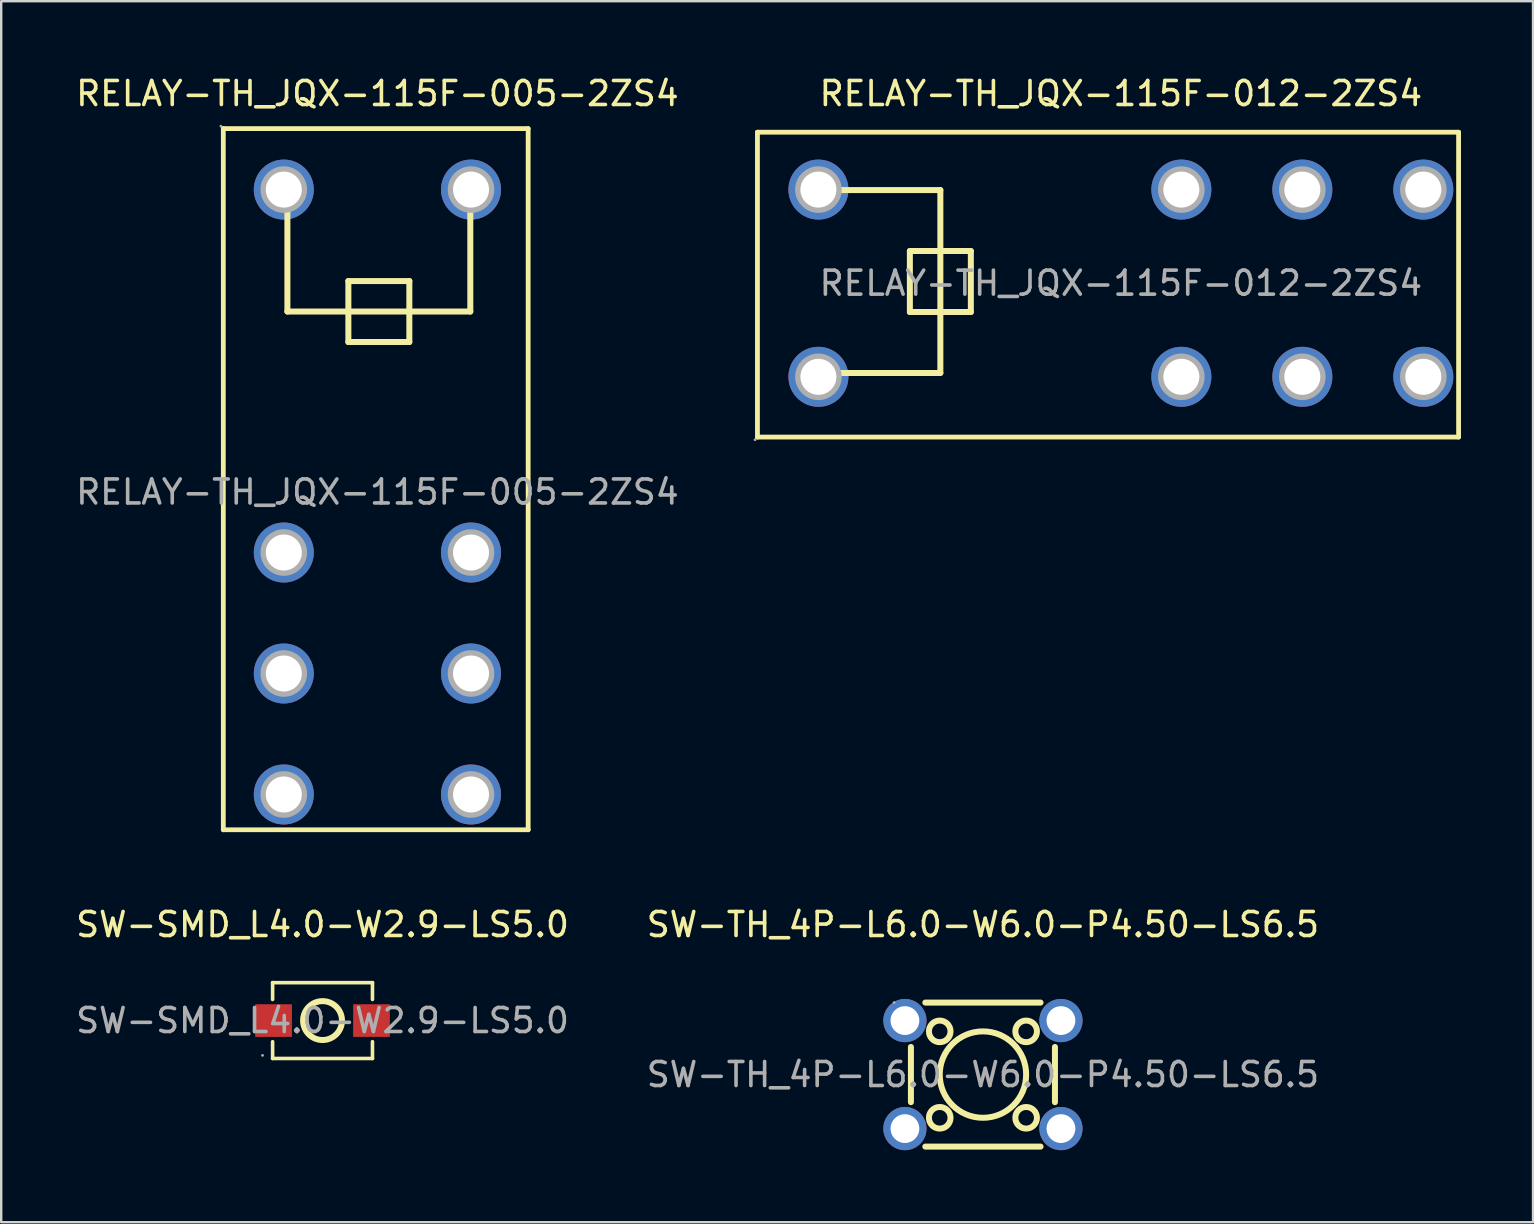
<source format=kicad_pcb>
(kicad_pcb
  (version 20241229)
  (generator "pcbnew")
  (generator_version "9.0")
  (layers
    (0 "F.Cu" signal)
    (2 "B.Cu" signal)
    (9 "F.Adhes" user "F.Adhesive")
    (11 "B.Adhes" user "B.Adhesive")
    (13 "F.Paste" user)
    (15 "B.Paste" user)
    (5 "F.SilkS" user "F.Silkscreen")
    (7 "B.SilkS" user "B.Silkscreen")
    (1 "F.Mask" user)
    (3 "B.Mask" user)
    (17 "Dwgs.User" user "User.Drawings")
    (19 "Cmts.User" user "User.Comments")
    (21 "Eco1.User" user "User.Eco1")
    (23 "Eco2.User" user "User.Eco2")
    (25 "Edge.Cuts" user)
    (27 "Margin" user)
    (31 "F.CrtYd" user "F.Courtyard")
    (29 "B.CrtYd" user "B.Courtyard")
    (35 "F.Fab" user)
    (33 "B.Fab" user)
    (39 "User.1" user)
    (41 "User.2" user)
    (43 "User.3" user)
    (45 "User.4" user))
  (footprint "RELAY-TH_JQX-115F-012-2ZS4"
    (layer "F.Cu")
    (at 43.645 8.748)
    (property "Reference" "RELAY-TH_JQX-115F-012-2ZS4" (at 0 -7.9 0) (layer "F.SilkS") (effects (font (size 1 1) (thickness 0.15))))
    (attr through_hole)
    (fp_line (start -15.14 -6.29) (end -15.14 6.41) (stroke (width 0.2) (type solid)) (layer "F.SilkS"))
    (fp_line (start -15.14 6.41) (end 14.07 6.41) (stroke (width 0.2) (type solid)) (layer "F.SilkS"))
    (fp_line (start -12.6 3.74) (end -7.52 3.74) (stroke (width 0.25) (type solid)) (layer "F.SilkS"))
    (fp_line (start -8.79 -1.34) (end -8.79 1.2) (stroke (width 0.25) (type solid)) (layer "F.SilkS"))
    (fp_line (start -8.79 1.2) (end -6.25 1.2) (stroke (width 0.25) (type solid)) (layer "F.SilkS"))
    (fp_line (start -7.52 -3.88) (end -12.6 -3.88) (stroke (width 0.25) (type solid)) (layer "F.SilkS"))
    (fp_line (start -7.52 3.74) (end -7.52 -3.88) (stroke (width 0.25) (type solid)) (layer "F.SilkS"))
    (fp_line (start -6.25 -1.34) (end -8.79 -1.34) (stroke (width 0.25) (type solid)) (layer "F.SilkS"))
    (fp_line (start -6.25 1.2) (end -6.25 -1.34) (stroke (width 0.25) (type solid)) (layer "F.SilkS"))
    (fp_line (start 14.07 -6.29) (end -15.14 -6.29) (stroke (width 0.2) (type solid)) (layer "F.SilkS"))
    (fp_line (start 14.07 6.41) (end 14.07 -6.29) (stroke (width 0.2) (type solid)) (layer "F.SilkS"))
    (fp_circle (center -15.24 6.52) (end -15.21 6.52) (stroke (width 0.06) (type solid)) (fill no) (layer "F.Fab"))
    (fp_circle (center -12.6 -3.9) (end -12.28 -3.9) (stroke (width 0.65) (type solid)) (fill no) (layer "F.Fab"))
    (fp_circle (center -12.6 3.9) (end -12.28 3.9) (stroke (width 0.65) (type solid)) (fill no) (layer "F.Fab"))
    (fp_circle (center 2.52 -3.9) (end 2.84 -3.9) (stroke (width 0.65) (type solid)) (fill no) (layer "F.Fab"))
    (fp_circle (center 2.52 3.9) (end 2.84 3.9) (stroke (width 0.65) (type solid)) (fill no) (layer "F.Fab"))
    (fp_circle (center 7.56 -3.9) (end 7.88 -3.9) (stroke (width 0.65) (type solid)) (fill no) (layer "F.Fab"))
    (fp_circle (center 7.56 3.9) (end 7.88 3.9) (stroke (width 0.65) (type solid)) (fill no) (layer "F.Fab"))
    (fp_circle (center 12.6 -3.9) (end 12.92 -3.9) (stroke (width 0.65) (type solid)) (fill no) (layer "F.Fab"))
    (fp_circle (center 12.6 3.9) (end 12.92 3.9) (stroke (width 0.65) (type solid)) (fill no) (layer "F.Fab"))
    (fp_text user "${REFERENCE}" (at 0 0 0) (layer "F.Fab") (effects (font (size 1 1) (thickness 0.15))))
    (pad "1" thru_hole circle (at -12.6 3.9) (size 2.5 2.5) (drill 1.5) (layers "*.Cu" "*.Paste" "*.Mask"))
    (pad "2" thru_hole circle (at -12.6 -3.9) (size 2.5 2.5) (drill 1.5) (layers "*.Cu" "*.Paste" "*.Mask"))
    (pad "3" thru_hole circle (at 2.52 3.9) (size 2.5 2.5) (drill 1.5) (layers "*.Cu" "*.Paste" "*.Mask"))
    (pad "4" thru_hole circle (at 2.52 -3.9) (size 2.5 2.5) (drill 1.5) (layers "*.Cu" "*.Paste" "*.Mask"))
    (pad "5" thru_hole circle (at 7.56 3.9) (size 2.5 2.5) (drill 1.5) (layers "*.Cu" "*.Paste" "*.Mask"))
    (pad "6" thru_hole circle (at 7.56 -3.9) (size 2.5 2.5) (drill 1.5) (layers "*.Cu" "*.Paste" "*.Mask"))
    (pad "7" thru_hole circle (at 12.6 3.9) (size 2.5 2.5) (drill 1.5) (layers "*.Cu" "*.Paste" "*.Mask"))
    (pad "8" thru_hole circle (at 12.6 -3.9) (size 2.5 2.5) (drill 1.5) (layers "*.Cu" "*.Paste" "*.Mask")))
  (footprint "SW-SMD_L4.0-W2.9-LS5.0"
    (layer "F.Cu")
    (at 10.387 39.467)
    (property "Reference" "SW-SMD_L4.0-W2.9-LS5.0" (at 0 -4 0) (layer "F.SilkS") (effects (font (size 1 1) (thickness 0.15))))
    (attr through_hole)
    (fp_line (start -2.08 -1.58) (end -2.08 -0.88) (stroke (width 0.15) (type solid)) (layer "F.SilkS"))
    (fp_line (start -2.08 1.58) (end -2.08 0.88) (stroke (width 0.15) (type solid)) (layer "F.SilkS"))
    (fp_line (start 2.08 -1.58) (end -2.08 -1.58) (stroke (width 0.15) (type solid)) (layer "F.SilkS"))
    (fp_line (start 2.08 -1.58) (end 2.08 -0.88) (stroke (width 0.15) (type solid)) (layer "F.SilkS"))
    (fp_line (start 2.08 1.58) (end -2.08 1.58) (stroke (width 0.15) (type solid)) (layer "F.SilkS"))
    (fp_line (start 2.08 1.58) (end 2.08 0.88) (stroke (width 0.15) (type solid)) (layer "F.SilkS"))
    (fp_circle (center 0 0) (end 0.81 0) (stroke (width 0.25) (type solid)) (fill no) (layer "F.SilkS"))
    (fp_circle (center -2.5 1.45) (end -2.47 1.45) (stroke (width 0.06) (type solid)) (fill no) (layer "F.Fab"))
    (fp_text user "${REFERENCE}" (at 0 0 0) (layer "F.Fab") (effects (font (size 1 1) (thickness 0.15))))
    (pad "1" smd rect (at -2.04 0) (size 1.53 1.36) (layers "F.Cu" "F.Mask" "F.Paste"))
    (pad "2" smd rect (at 2.04 0) (size 1.53 1.36) (layers "F.Cu" "F.Mask" "F.Paste")))
  (footprint "RELAY-TH_JQX-115F-005-2ZS4"
    (layer "F.Cu")
    (at 12.673 17.448)
    (property "Reference" "RELAY-TH_JQX-115F-005-2ZS4" (at 0 -16.6 0) (layer "F.SilkS") (effects (font (size 1 1) (thickness 0.15))))
    (attr through_hole)
    (fp_line (start -6.42 -15.14) (end -6.42 14.07) (stroke (width 0.2) (type solid)) (layer "F.SilkS"))
    (fp_line (start -6.42 14.07) (end 6.28 14.07) (stroke (width 0.2) (type solid)) (layer "F.SilkS"))
    (fp_line (start -3.75 -12.6) (end -3.75 -7.52) (stroke (width 0.25) (type solid)) (layer "F.SilkS"))
    (fp_line (start -3.75 -7.52) (end 3.87 -7.52) (stroke (width 0.25) (type solid)) (layer "F.SilkS"))
    (fp_line (start -1.21 -8.79) (end -1.21 -6.25) (stroke (width 0.25) (type solid)) (layer "F.SilkS"))
    (fp_line (start -1.21 -6.25) (end 1.33 -6.25) (stroke (width 0.25) (type solid)) (layer "F.SilkS"))
    (fp_line (start 1.33 -8.79) (end -1.21 -8.79) (stroke (width 0.25) (type solid)) (layer "F.SilkS"))
    (fp_line (start 1.33 -6.25) (end 1.33 -8.79) (stroke (width 0.25) (type solid)) (layer "F.SilkS"))
    (fp_line (start 3.87 -7.52) (end 3.87 -12.6) (stroke (width 0.25) (type solid)) (layer "F.SilkS"))
    (fp_line (start 6.28 -15.14) (end -6.42 -15.14) (stroke (width 0.2) (type solid)) (layer "F.SilkS"))
    (fp_line (start 6.28 14.07) (end 6.28 -15.14) (stroke (width 0.2) (type solid)) (layer "F.SilkS"))
    (fp_circle (center -6.52 -15.24) (end -6.49 -15.24) (stroke (width 0.06) (type solid)) (fill no) (layer "F.Fab"))
    (fp_circle (center -3.9 -12.6) (end -3.58 -12.6) (stroke (width 0.65) (type solid)) (fill no) (layer "F.Fab"))
    (fp_circle (center -3.9 2.52) (end -3.58 2.52) (stroke (width 0.65) (type solid)) (fill no) (layer "F.Fab"))
    (fp_circle (center -3.9 7.56) (end -3.58 7.56) (stroke (width 0.65) (type solid)) (fill no) (layer "F.Fab"))
    (fp_circle (center -3.9 12.6) (end -3.58 12.6) (stroke (width 0.65) (type solid)) (fill no) (layer "F.Fab"))
    (fp_circle (center 3.9 -12.6) (end 4.22 -12.6) (stroke (width 0.65) (type solid)) (fill no) (layer "F.Fab"))
    (fp_circle (center 3.9 2.52) (end 4.22 2.52) (stroke (width 0.65) (type solid)) (fill no) (layer "F.Fab"))
    (fp_circle (center 3.9 7.56) (end 4.22 7.56) (stroke (width 0.65) (type solid)) (fill no) (layer "F.Fab"))
    (fp_circle (center 3.9 12.6) (end 4.22 12.6) (stroke (width 0.65) (type solid)) (fill no) (layer "F.Fab"))
    (fp_text user "${REFERENCE}" (at 0 0 0) (layer "F.Fab") (effects (font (size 1 1) (thickness 0.15))))
    (pad "1" thru_hole circle (at -3.9 -12.6 270) (size 2.5 2.5) (drill 1.5) (layers "*.Cu" "*.Paste" "*.Mask"))
    (pad "2" thru_hole circle (at 3.9 -12.6 270) (size 2.5 2.5) (drill 1.5) (layers "*.Cu" "*.Paste" "*.Mask"))
    (pad "3" thru_hole circle (at -3.9 2.52 270) (size 2.5 2.5) (drill 1.5) (layers "*.Cu" "*.Paste" "*.Mask"))
    (pad "4" thru_hole circle (at 3.9 2.52 270) (size 2.5 2.5) (drill 1.5) (layers "*.Cu" "*.Paste" "*.Mask"))
    (pad "5" thru_hole circle (at -3.9 7.56 270) (size 2.5 2.5) (drill 1.5) (layers "*.Cu" "*.Paste" "*.Mask"))
    (pad "6" thru_hole circle (at 3.9 7.56 270) (size 2.5 2.5) (drill 1.5) (layers "*.Cu" "*.Paste" "*.Mask"))
    (pad "7" thru_hole circle (at -3.9 12.6 270) (size 2.5 2.5) (drill 1.5) (layers "*.Cu" "*.Paste" "*.Mask"))
    (pad "8" thru_hole circle (at 3.9 12.6 270) (size 2.5 2.5) (drill 1.5) (layers "*.Cu" "*.Paste" "*.Mask")))
  (footprint "SW-TH_4P-L6.0-W6.0-P4.50-LS6.5"
    (layer "F.Cu")
    (at 37.899 41.717)
    (property "Reference" "SW-TH_4P-L6.0-W6.0-P4.50-LS6.5" (at 0 -6.25 0) (layer "F.SilkS") (effects (font (size 1 1) (thickness 0.15))))
    (attr through_hole)
    (fp_line (start -3 1.15) (end -3 -1.15) (stroke (width 0.25) (type solid)) (layer "F.SilkS"))
    (fp_line (start -2.4 -3) (end 2.4 -3) (stroke (width 0.25) (type solid)) (layer "F.SilkS"))
    (fp_line (start 2.4 3) (end -2.4 3) (stroke (width 0.25) (type solid)) (layer "F.SilkS"))
    (fp_line (start 3 -1.15) (end 3 1.15) (stroke (width 0.25) (type solid)) (layer "F.SilkS"))
    (fp_circle (center -1.8 -1.8) (end -1.35 -1.8) (stroke (width 0.25) (type solid)) (fill no) (layer "F.SilkS"))
    (fp_circle (center -1.8 1.8) (end -1.35 1.8) (stroke (width 0.25) (type solid)) (fill no) (layer "F.SilkS"))
    (fp_circle (center 0 0) (end 1.8 0) (stroke (width 0.25) (type solid)) (fill no) (layer "F.SilkS"))
    (fp_circle (center 1.8 -1.8) (end 2.25 -1.8) (stroke (width 0.25) (type solid)) (fill no) (layer "F.SilkS"))
    (fp_circle (center 1.8 1.8) (end 2.25 1.8) (stroke (width 0.25) (type solid)) (fill no) (layer "F.SilkS"))
    (fp_circle (center -3.7 -3) (end -3.67 -3) (stroke (width 0.06) (type solid)) (fill no) (layer "F.Fab"))
    (fp_text user "${REFERENCE}" (at 0 0 0) (layer "F.Fab") (effects (font (size 1 1) (thickness 0.15))))
    (pad "1" thru_hole circle (at -3.25 -2.25) (size 1.8 1.8) (drill 1.2) (layers "*.Cu" "*.Paste" "*.Mask"))
    (pad "2" thru_hole circle (at 3.25 -2.25) (size 1.8 1.8) (drill 1.2) (layers "*.Cu" "*.Paste" "*.Mask"))
    (pad "3" thru_hole circle (at -3.25 2.25) (size 1.8 1.8) (drill 1.2) (layers "*.Cu" "*.Paste" "*.Mask"))
    (pad "4" thru_hole circle (at 3.25 2.25) (size 1.8 1.8) (drill 1.2) (layers "*.Cu" "*.Paste" "*.Mask")))
  (gr_rect
    (start -3 -3)
    (end 60.815 47.867)
    (stroke (width 0.1) (type default))
    (fill no)
    (layer "Edge.Cuts")))
</source>
